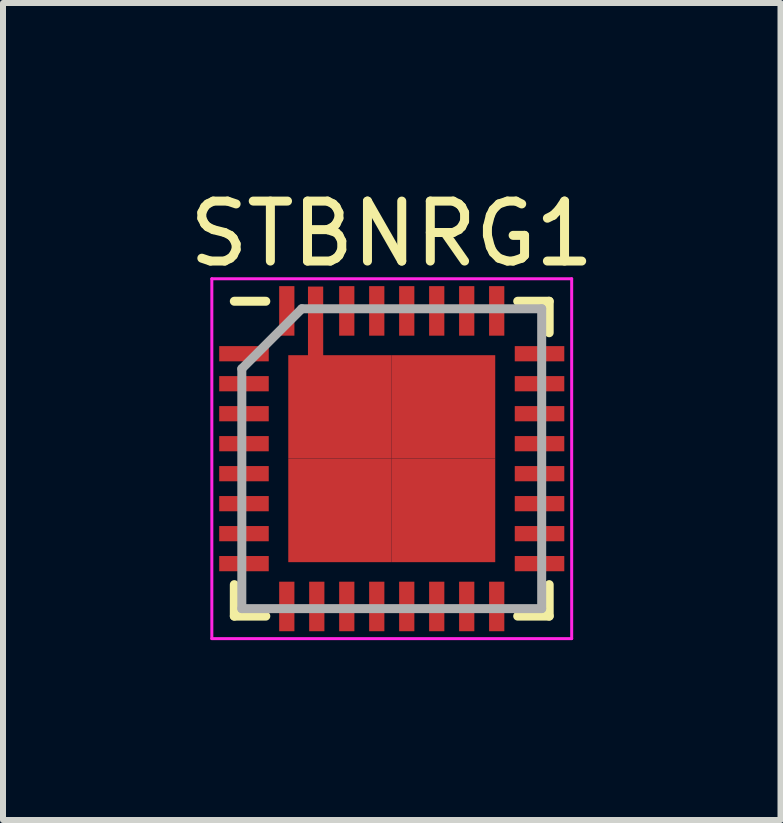
<source format=kicad_pcb>
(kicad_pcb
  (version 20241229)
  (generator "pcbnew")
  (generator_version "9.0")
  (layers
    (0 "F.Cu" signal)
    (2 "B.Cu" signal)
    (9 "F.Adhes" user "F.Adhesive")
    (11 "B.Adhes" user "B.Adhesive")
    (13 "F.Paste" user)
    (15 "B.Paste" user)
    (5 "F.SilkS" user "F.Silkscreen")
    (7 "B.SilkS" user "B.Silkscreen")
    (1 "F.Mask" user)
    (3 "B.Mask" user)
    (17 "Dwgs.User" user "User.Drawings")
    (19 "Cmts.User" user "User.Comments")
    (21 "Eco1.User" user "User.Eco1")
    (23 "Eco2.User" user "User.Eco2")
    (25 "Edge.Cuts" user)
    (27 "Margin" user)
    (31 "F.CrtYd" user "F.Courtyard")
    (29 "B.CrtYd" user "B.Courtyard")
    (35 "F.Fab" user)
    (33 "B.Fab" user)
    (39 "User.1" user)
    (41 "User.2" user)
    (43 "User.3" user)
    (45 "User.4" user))
  (footprint "STBNRG1"
    (layer "F.Cu")
    (at 3.482 4.598)
    (property "Reference" "STBNRG1" (at 0 -3.75 0) (layer "F.SilkS") (effects (font (size 1 1) (thickness 0.15))))
    (attr smd)
    (fp_line (start -2.625 -2.625) (end -2.1 -2.625) (stroke (width 0.15) (type solid)) (layer "F.SilkS"))
    (fp_line (start -2.625 2.625) (end -2.625 2.1) (stroke (width 0.15) (type solid)) (layer "F.SilkS"))
    (fp_line (start -2.625 2.625) (end -2.1 2.625) (stroke (width 0.15) (type solid)) (layer "F.SilkS"))
    (fp_line (start 2.625 -2.625) (end 2.1 -2.625) (stroke (width 0.15) (type solid)) (layer "F.SilkS"))
    (fp_line (start 2.625 -2.625) (end 2.625 -2.1) (stroke (width 0.15) (type solid)) (layer "F.SilkS"))
    (fp_line (start 2.625 2.625) (end 2.1 2.625) (stroke (width 0.15) (type solid)) (layer "F.SilkS"))
    (fp_line (start 2.625 2.625) (end 2.625 2.1) (stroke (width 0.15) (type solid)) (layer "F.SilkS"))
    (fp_line (start -3 -3) (end -3 3) (stroke (width 0.05) (type solid)) (layer "F.CrtYd"))
    (fp_line (start -3 -3) (end 3 -3) (stroke (width 0.05) (type solid)) (layer "F.CrtYd"))
    (fp_line (start -3 3) (end 3 3) (stroke (width 0.05) (type solid)) (layer "F.CrtYd"))
    (fp_line (start 3 -3) (end 3 3) (stroke (width 0.05) (type solid)) (layer "F.CrtYd"))
    (fp_line (start -2.5 -1.5) (end -1.5 -2.5) (stroke (width 0.15) (type solid)) (layer "F.Fab"))
    (fp_line (start -2.5 2.5) (end -2.5 -1.5) (stroke (width 0.15) (type solid)) (layer "F.Fab"))
    (fp_line (start -1.5 -2.5) (end 2.5 -2.5) (stroke (width 0.15) (type solid)) (layer "F.Fab"))
    (fp_line (start 2.5 -2.5) (end 2.5 2.5) (stroke (width 0.15) (type solid)) (layer "F.Fab"))
    (fp_line (start 2.5 2.5) (end -2.5 2.5) (stroke (width 0.15) (type solid)) (layer "F.Fab"))
    (pad "1" smd rect (at -2.464 -1.75) (size 0.826 0.254) (layers "F.Cu" "F.Mask" "F.Paste"))
    (pad "2" smd rect (at -2.464 -1.25) (size 0.826 0.254) (layers "F.Cu" "F.Mask" "F.Paste"))
    (pad "3" smd rect (at -2.464 -0.75) (size 0.826 0.254) (layers "F.Cu" "F.Mask" "F.Paste"))
    (pad "4" smd rect (at -2.464 -0.25) (size 0.826 0.254) (layers "F.Cu" "F.Mask" "F.Paste"))
    (pad "5" smd rect (at -2.464 0.25) (size 0.826 0.254) (layers "F.Cu" "F.Mask" "F.Paste"))
    (pad "6" smd rect (at -2.464 0.75) (size 0.826 0.254) (layers "F.Cu" "F.Mask" "F.Paste"))
    (pad "7" smd rect (at -2.464 1.25) (size 0.826 0.254) (layers "F.Cu" "F.Mask" "F.Paste"))
    (pad "8" smd rect (at -2.464 1.75) (size 0.826 0.254) (layers "F.Cu" "F.Mask" "F.Paste"))
    (pad "9" smd rect (at -1.75 2.464 90) (size 0.826 0.254) (layers "F.Cu" "F.Mask" "F.Paste"))
    (pad "10" smd rect (at -1.25 2.464 90) (size 0.826 0.254) (layers "F.Cu" "F.Mask" "F.Paste"))
    (pad "11" smd rect (at -0.75 2.464 90) (size 0.826 0.254) (layers "F.Cu" "F.Mask" "F.Paste"))
    (pad "12" smd rect (at -0.25 2.464 90) (size 0.826 0.254) (layers "F.Cu" "F.Mask" "F.Paste"))
    (pad "13" smd rect (at 0.25 2.464 90) (size 0.826 0.254) (layers "F.Cu" "F.Mask" "F.Paste"))
    (pad "14" smd rect (at 0.75 2.464 90) (size 0.826 0.254) (layers "F.Cu" "F.Mask" "F.Paste"))
    (pad "15" smd rect (at 1.25 2.464 90) (size 0.826 0.254) (layers "F.Cu" "F.Mask" "F.Paste"))
    (pad "16" smd rect (at 1.75 2.464 90) (size 0.826 0.254) (layers "F.Cu" "F.Mask" "F.Paste"))
    (pad "17" smd rect (at 2.464 1.75) (size 0.826 0.254) (layers "F.Cu" "F.Mask" "F.Paste"))
    (pad "18" smd rect (at 2.464 1.25) (size 0.826 0.254) (layers "F.Cu" "F.Mask" "F.Paste"))
    (pad "19" smd rect (at 2.464 0.75) (size 0.826 0.254) (layers "F.Cu" "F.Mask" "F.Paste"))
    (pad "20" smd rect (at 2.464 0.25) (size 0.826 0.254) (layers "F.Cu" "F.Mask" "F.Paste"))
    (pad "21" smd rect (at 2.464 -0.25) (size 0.826 0.254) (layers "F.Cu" "F.Mask" "F.Paste"))
    (pad "22" smd rect (at 2.464 -0.75) (size 0.826 0.254) (layers "F.Cu" "F.Mask" "F.Paste"))
    (pad "23" smd rect (at 2.464 -1.25) (size 0.826 0.254) (layers "F.Cu" "F.Mask" "F.Paste"))
    (pad "24" smd rect (at 2.464 -1.75) (size 0.826 0.254) (layers "F.Cu" "F.Mask" "F.Paste"))
    (pad "25" smd rect (at 1.75 -2.464 90) (size 0.826 0.254) (layers "F.Cu" "F.Mask" "F.Paste"))
    (pad "26" smd rect (at 1.25 -2.464 90) (size 0.826 0.254) (layers "F.Cu" "F.Mask" "F.Paste"))
    (pad "27" smd rect (at 0.75 -2.464 90) (size 0.826 0.254) (layers "F.Cu" "F.Mask" "F.Paste"))
    (pad "28" smd rect (at 0.25 -2.464 90) (size 0.826 0.254) (layers "F.Cu" "F.Mask" "F.Paste"))
    (pad "29" smd rect (at -0.25 -2.464 90) (size 0.826 0.254) (layers "F.Cu" "F.Mask" "F.Paste"))
    (pad "30" smd rect (at -0.75 -2.464 90) (size 0.826 0.254) (layers "F.Cu" "F.Mask" "F.Paste"))
    (pad "31" smd rect (at -1.27 -2.235 90) (size 1.27 0.254) (layers "F.Cu" "F.Mask" "F.Paste"))
    (pad "32" smd rect (at -1.75 -2.464 90) (size 0.826 0.254) (layers "F.Cu" "F.Mask" "F.Paste"))
    (pad "33" smd rect (at -0.863 -0.863) (size 1.725 1.725) (layers "F.Cu" "F.Mask" "F.Paste"))
    (pad "33" smd rect (at -0.863 0.863) (size 1.725 1.725) (layers "F.Cu" "F.Mask" "F.Paste"))
    (pad "33" smd rect (at 0.863 -0.863) (size 1.725 1.725) (layers "F.Cu" "F.Mask" "F.Paste"))
    (pad "33" smd rect (at 0.863 0.863) (size 1.725 1.725) (layers "F.Cu" "F.Mask" "F.Paste")))
  (gr_rect
    (start -3 -3)
    (end 9.964 10.623)
    (stroke (width 0.1) (type default))
    (fill no)
    (layer "Edge.Cuts")))
</source>
